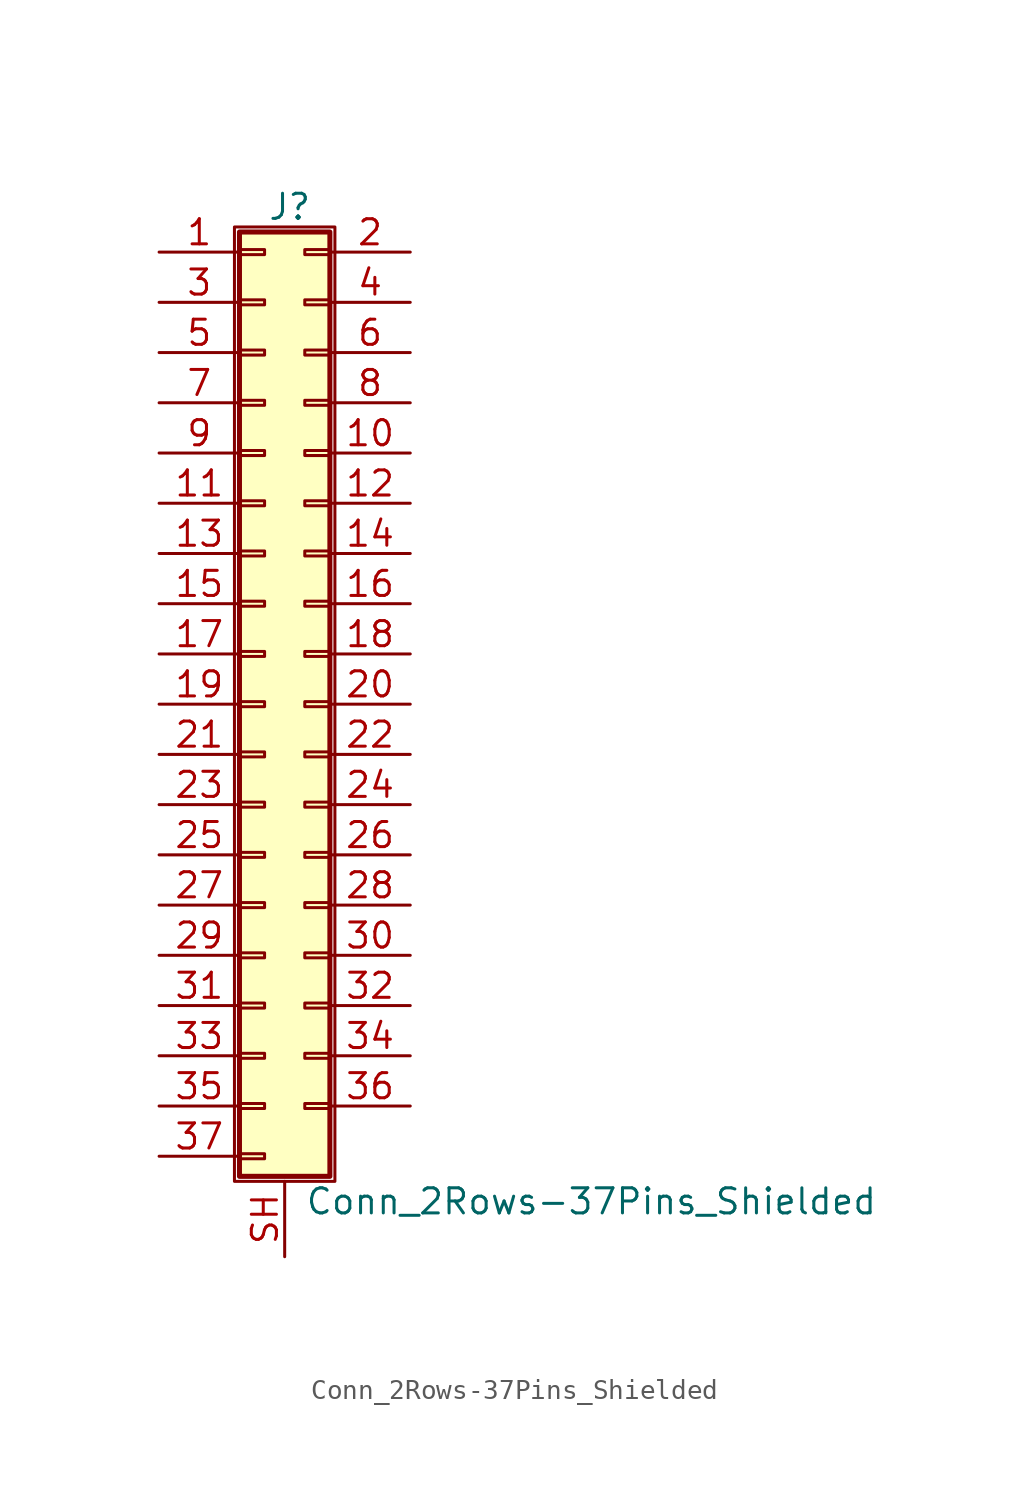
<source format=kicad_sym>
(kicad_symbol_lib
  (version 20211014)
  (generator kicad_symbol_editor)
  (symbol "Conn_2Rows-37Pins_Shielded"
    (pin_names
      (offset 1.016) hide)
    (property "Reference" "J"
      (at 1.524 25.146 0)
      (effects (font (size 1.27 1.27))))
    (property "Value" "Conn_2Rows-37Pins_Shielded"
      (at 2.286 -25.146 0)
      (effects (font (size 1.27 1.27)) (justify left)))
    (symbol "Conn_2Rows-37Pins_Shielded_1_1"
      (rectangle (start -1.27 24.13) (end 3.81 -24.13) (stroke (width 0.152) (type default) (color 0 0 0 0)) (fill (type none)))
      (rectangle (start -1.016 -22.733) (end 0.254 -22.987) (stroke (width 0.152) (type default) (color 0 0 0 0)) (fill (type none)))
      (rectangle (start -1.016 -20.193) (end 0.254 -20.447) (stroke (width 0.152) (type default) (color 0 0 0 0)) (fill (type none)))
      (rectangle (start -1.016 -17.653) (end 0.254 -17.907) (stroke (width 0.152) (type default) (color 0 0 0 0)) (fill (type none)))
      (rectangle (start -1.016 -15.113) (end 0.254 -15.367) (stroke (width 0.152) (type default) (color 0 0 0 0)) (fill (type none)))
      (rectangle (start -1.016 -12.573) (end 0.254 -12.827) (stroke (width 0.152) (type default) (color 0 0 0 0)) (fill (type none)))
      (rectangle (start -1.016 -10.033) (end 0.254 -10.287) (stroke (width 0.152) (type default) (color 0 0 0 0)) (fill (type none)))
      (rectangle (start -1.016 -7.493) (end 0.254 -7.747) (stroke (width 0.152) (type default) (color 0 0 0 0)) (fill (type none)))
      (rectangle (start -1.016 -4.953) (end 0.254 -5.207) (stroke (width 0.152) (type default) (color 0 0 0 0)) (fill (type none)))
      (rectangle (start -1.016 -2.413) (end 0.254 -2.667) (stroke (width 0.152) (type default) (color 0 0 0 0)) (fill (type none)))
      (rectangle (start -1.016 0.127) (end 0.254 -0.127) (stroke (width 0.152) (type default) (color 0 0 0 0)) (fill (type none)))
      (rectangle (start -1.016 2.667) (end 0.254 2.413) (stroke (width 0.152) (type default) (color 0 0 0 0)) (fill (type none)))
      (rectangle (start -1.016 5.207) (end 0.254 4.953) (stroke (width 0.152) (type default) (color 0 0 0 0)) (fill (type none)))
      (rectangle (start -1.016 7.747) (end 0.254 7.493) (stroke (width 0.152) (type default) (color 0 0 0 0)) (fill (type none)))
      (rectangle (start -1.016 10.287) (end 0.254 10.033) (stroke (width 0.152) (type default) (color 0 0 0 0)) (fill (type none)))
      (rectangle (start -1.016 12.827) (end 0.254 12.573) (stroke (width 0.152) (type default) (color 0 0 0 0)) (fill (type none)))
      (rectangle (start -1.016 15.367) (end 0.254 15.113) (stroke (width 0.152) (type default) (color 0 0 0 0)) (fill (type none)))
      (rectangle (start -1.016 17.907) (end 0.254 17.653) (stroke (width 0.152) (type default) (color 0 0 0 0)) (fill (type none)))
      (rectangle (start -1.016 20.447) (end 0.254 20.193) (stroke (width 0.152) (type default) (color 0 0 0 0)) (fill (type none)))
      (rectangle (start -1.016 22.987) (end 0.254 22.733) (stroke (width 0.152) (type default) (color 0 0 0 0)) (fill (type none)))
      (rectangle (start -1.016 23.876) (end 3.556 -23.876) (stroke (width 0.254) (type default) (color 0 0 0 0)) (fill (type background)))
      (rectangle (start 3.556 -20.193) (end 2.286 -20.447) (stroke (width 0.152) (type default) (color 0 0 0 0)) (fill (type none)))
      (rectangle (start 3.556 -17.653) (end 2.286 -17.907) (stroke (width 0.152) (type default) (color 0 0 0 0)) (fill (type none)))
      (rectangle (start 3.556 -15.113) (end 2.286 -15.367) (stroke (width 0.152) (type default) (color 0 0 0 0)) (fill (type none)))
      (rectangle (start 3.556 -12.573) (end 2.286 -12.827) (stroke (width 0.152) (type default) (color 0 0 0 0)) (fill (type none)))
      (rectangle (start 3.556 -10.033) (end 2.286 -10.287) (stroke (width 0.152) (type default) (color 0 0 0 0)) (fill (type none)))
      (rectangle (start 3.556 -7.493) (end 2.286 -7.747) (stroke (width 0.152) (type default) (color 0 0 0 0)) (fill (type none)))
      (rectangle (start 3.556 -4.953) (end 2.286 -5.207) (stroke (width 0.152) (type default) (color 0 0 0 0)) (fill (type none)))
      (rectangle (start 3.556 -2.413) (end 2.286 -2.667) (stroke (width 0.152) (type default) (color 0 0 0 0)) (fill (type none)))
      (rectangle (start 3.556 0.127) (end 2.286 -0.127) (stroke (width 0.152) (type default) (color 0 0 0 0)) (fill (type none)))
      (rectangle (start 3.556 2.667) (end 2.286 2.413) (stroke (width 0.152) (type default) (color 0 0 0 0)) (fill (type none)))
      (rectangle (start 3.556 5.207) (end 2.286 4.953) (stroke (width 0.152) (type default) (color 0 0 0 0)) (fill (type none)))
      (rectangle (start 3.556 7.747) (end 2.286 7.493) (stroke (width 0.152) (type default) (color 0 0 0 0)) (fill (type none)))
      (rectangle (start 3.556 10.287) (end 2.286 10.033) (stroke (width 0.152) (type default) (color 0 0 0 0)) (fill (type none)))
      (rectangle (start 3.556 12.827) (end 2.286 12.573) (stroke (width 0.152) (type default) (color 0 0 0 0)) (fill (type none)))
      (rectangle (start 3.556 15.367) (end 2.286 15.113) (stroke (width 0.152) (type default) (color 0 0 0 0)) (fill (type none)))
      (rectangle (start 3.556 17.907) (end 2.286 17.653) (stroke (width 0.152) (type default) (color 0 0 0 0)) (fill (type none)))
      (rectangle (start 3.556 20.447) (end 2.286 20.193) (stroke (width 0.152) (type default) (color 0 0 0 0)) (fill (type none)))
      (rectangle (start 3.556 22.987) (end 2.286 22.733) (stroke (width 0.152) (type default) (color 0 0 0 0)) (fill (type none)))
      (pin passive line (at -5.08 22.86 0) (length 4.064) (name "Pin_1" (effects (font (size 1.27 1.27)))) (number "1" (effects (font (size 1.27 1.27)))))
      (pin passive line (at 7.62 12.7 180) (length 4.064) (name "Pin_10" (effects (font (size 1.27 1.27)))) (number "10" (effects (font (size 1.27 1.27)))))
      (pin passive line (at -5.08 10.16 0) (length 4.064) (name "Pin_11" (effects (font (size 1.27 1.27)))) (number "11" (effects (font (size 1.27 1.27)))))
      (pin passive line (at 7.62 10.16 180) (length 4.064) (name "Pin_12" (effects (font (size 1.27 1.27)))) (number "12" (effects (font (size 1.27 1.27)))))
      (pin passive line (at -5.08 7.62 0) (length 4.064) (name "Pin_13" (effects (font (size 1.27 1.27)))) (number "13" (effects (font (size 1.27 1.27)))))
      (pin passive line (at 7.62 7.62 180) (length 4.064) (name "Pin_14" (effects (font (size 1.27 1.27)))) (number "14" (effects (font (size 1.27 1.27)))))
      (pin passive line (at -5.08 5.08 0) (length 4.064) (name "Pin_15" (effects (font (size 1.27 1.27)))) (number "15" (effects (font (size 1.27 1.27)))))
      (pin passive line (at 7.62 5.08 180) (length 4.064) (name "Pin_16" (effects (font (size 1.27 1.27)))) (number "16" (effects (font (size 1.27 1.27)))))
      (pin passive line (at -5.08 2.54 0) (length 4.064) (name "Pin_17" (effects (font (size 1.27 1.27)))) (number "17" (effects (font (size 1.27 1.27)))))
      (pin passive line (at 7.62 2.54 180) (length 4.064) (name "Pin_18" (effects (font (size 1.27 1.27)))) (number "18" (effects (font (size 1.27 1.27)))))
      (pin passive line (at -5.08 0 0) (length 4.064) (name "Pin_19" (effects (font (size 1.27 1.27)))) (number "19" (effects (font (size 1.27 1.27)))))
      (pin passive line (at 7.62 22.86 180) (length 4.064) (name "Pin_2" (effects (font (size 1.27 1.27)))) (number "2" (effects (font (size 1.27 1.27)))))
      (pin passive line (at 7.62 0 180) (length 4.064) (name "Pin_20" (effects (font (size 1.27 1.27)))) (number "20" (effects (font (size 1.27 1.27)))))
      (pin passive line (at -5.08 -2.54 0) (length 4.064) (name "Pin_21" (effects (font (size 1.27 1.27)))) (number "21" (effects (font (size 1.27 1.27)))))
      (pin passive line (at 7.62 -2.54 180) (length 4.064) (name "Pin_22" (effects (font (size 1.27 1.27)))) (number "22" (effects (font (size 1.27 1.27)))))
      (pin passive line (at -5.08 -5.08 0) (length 4.064) (name "Pin_23" (effects (font (size 1.27 1.27)))) (number "23" (effects (font (size 1.27 1.27)))))
      (pin passive line (at 7.62 -5.08 180) (length 4.064) (name "Pin_24" (effects (font (size 1.27 1.27)))) (number "24" (effects (font (size 1.27 1.27)))))
      (pin passive line (at -5.08 -7.62 0) (length 4.064) (name "Pin_25" (effects (font (size 1.27 1.27)))) (number "25" (effects (font (size 1.27 1.27)))))
      (pin passive line (at 7.62 -7.62 180) (length 4.064) (name "Pin_26" (effects (font (size 1.27 1.27)))) (number "26" (effects (font (size 1.27 1.27)))))
      (pin passive line (at -5.08 -10.16 0) (length 4.064) (name "Pin_27" (effects (font (size 1.27 1.27)))) (number "27" (effects (font (size 1.27 1.27)))))
      (pin passive line (at 7.62 -10.16 180) (length 4.064) (name "Pin_28" (effects (font (size 1.27 1.27)))) (number "28" (effects (font (size 1.27 1.27)))))
      (pin passive line (at -5.08 -12.7 0) (length 4.064) (name "Pin_29" (effects (font (size 1.27 1.27)))) (number "29" (effects (font (size 1.27 1.27)))))
      (pin passive line (at -5.08 20.32 0) (length 4.064) (name "Pin_3" (effects (font (size 1.27 1.27)))) (number "3" (effects (font (size 1.27 1.27)))))
      (pin passive line (at 7.62 -12.7 180) (length 4.064) (name "Pin_30" (effects (font (size 1.27 1.27)))) (number "30" (effects (font (size 1.27 1.27)))))
      (pin passive line (at -5.08 -15.24 0) (length 4.064) (name "Pin_31" (effects (font (size 1.27 1.27)))) (number "31" (effects (font (size 1.27 1.27)))))
      (pin passive line (at 7.62 -15.24 180) (length 4.064) (name "Pin_32" (effects (font (size 1.27 1.27)))) (number "32" (effects (font (size 1.27 1.27)))))
      (pin passive line (at -5.08 -17.78 0) (length 4.064) (name "Pin_33" (effects (font (size 1.27 1.27)))) (number "33" (effects (font (size 1.27 1.27)))))
      (pin passive line (at 7.62 -17.78 180) (length 4.064) (name "Pin_34" (effects (font (size 1.27 1.27)))) (number "34" (effects (font (size 1.27 1.27)))))
      (pin passive line (at -5.08 -20.32 0) (length 4.064) (name "Pin_35" (effects (font (size 1.27 1.27)))) (number "35" (effects (font (size 1.27 1.27)))))
      (pin passive line (at 7.62 -20.32 180) (length 4.064) (name "Pin_36" (effects (font (size 1.27 1.27)))) (number "36" (effects (font (size 1.27 1.27)))))
      (pin passive line (at -5.08 -22.86 0) (length 4.064) (name "Pin_37" (effects (font (size 1.27 1.27)))) (number "37" (effects (font (size 1.27 1.27)))))
      (pin passive line (at 7.62 20.32 180) (length 4.064) (name "Pin_4" (effects (font (size 1.27 1.27)))) (number "4" (effects (font (size 1.27 1.27)))))
      (pin passive line (at -5.08 17.78 0) (length 4.064) (name "Pin_5" (effects (font (size 1.27 1.27)))) (number "5" (effects (font (size 1.27 1.27)))))
      (pin passive line (at 7.62 17.78 180) (length 4.064) (name "Pin_6" (effects (font (size 1.27 1.27)))) (number "6" (effects (font (size 1.27 1.27)))))
      (pin passive line (at -5.08 15.24 0) (length 4.064) (name "Pin_7" (effects (font (size 1.27 1.27)))) (number "7" (effects (font (size 1.27 1.27)))))
      (pin passive line (at 7.62 15.24 180) (length 4.064) (name "Pin_8" (effects (font (size 1.27 1.27)))) (number "8" (effects (font (size 1.27 1.27)))))
      (pin passive line (at -5.08 12.7 0) (length 4.064) (name "Pin_9" (effects (font (size 1.27 1.27)))) (number "9" (effects (font (size 1.27 1.27)))))
      (pin passive line (at 1.27 -27.94 90) (length 3.81) (name "Shield" (effects (font (size 1.27 1.27)))) (number "SH" (effects (font (size 1.27 1.27))))))))
</source>
